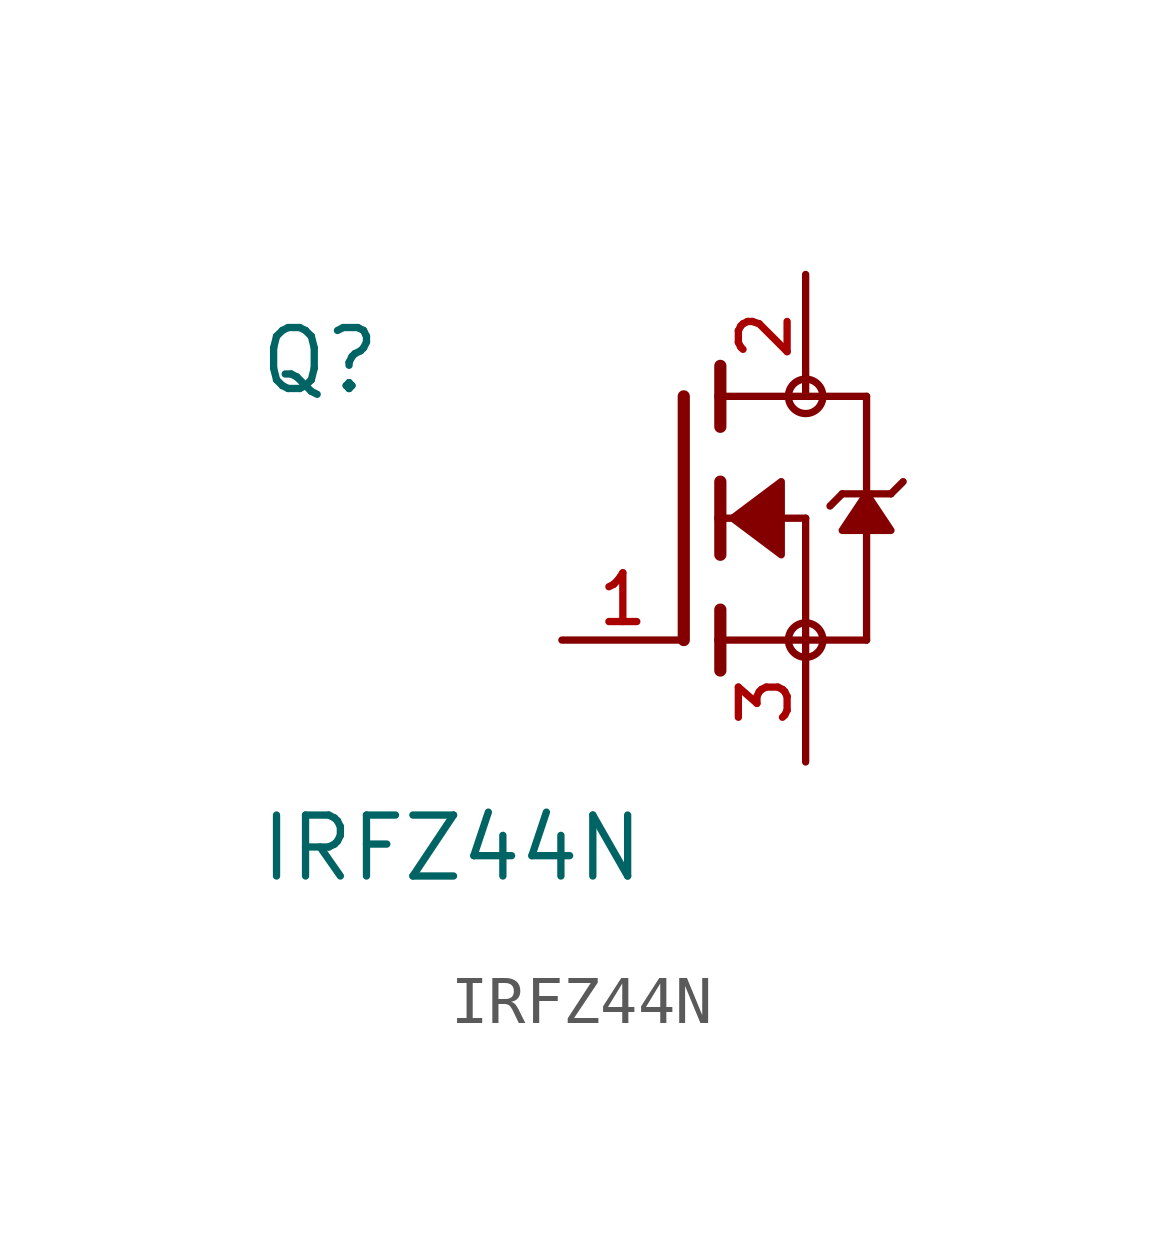
<source format=kicad_sym>
(kicad_symbol_lib
  (version 20231120)
  (generator "kicad_symbol_editor")
  (generator_version "8.0")
  (symbol "IRFZ44N"
    (pin_names
      (offset 1.016))
    (property "Reference" "Q"
      (at -8.89 2.54 0)
      (effects (font (size 1.27 1.27)) (justify left bottom)))
    (property "Value" "IRFZ44N"
      (at -8.89 -7.62 0)
      (effects (font (size 1.27 1.27)) (justify left bottom)))
    (symbol "IRFZ44N_0_0"
      (polyline (pts (xy 0 2.54) (xy 0 -2.54)) (stroke (width 0.254) (type default)) (fill (type none)))
      (polyline (pts (xy 0.762 -2.54) (xy 0.762 -3.175)) (stroke (width 0.254) (type default)) (fill (type none)))
      (polyline (pts (xy 0.762 -1.905) (xy 0.762 -2.54)) (stroke (width 0.254) (type default)) (fill (type none)))
      (polyline (pts (xy 0.762 0) (xy 0.762 -0.762)) (stroke (width 0.254) (type default)) (fill (type none)))
      (polyline (pts (xy 0.762 0) (xy 2.54 0)) (stroke (width 0.152) (type default)) (fill (type none)))
      (polyline (pts (xy 0.762 0.762) (xy 0.762 0)) (stroke (width 0.254) (type default)) (fill (type none)))
      (polyline (pts (xy 0.762 2.54) (xy 0.762 1.905)) (stroke (width 0.254) (type default)) (fill (type none)))
      (polyline (pts (xy 0.762 2.54) (xy 3.81 2.54)) (stroke (width 0.152) (type default)) (fill (type none)))
      (polyline (pts (xy 0.762 3.175) (xy 0.762 2.54)) (stroke (width 0.254) (type default)) (fill (type none)))
      (polyline (pts (xy 2.54 -2.54) (xy 0.762 -2.54)) (stroke (width 0.152) (type default)) (fill (type none)))
      (polyline (pts (xy 2.54 -2.54) (xy 3.81 -2.54)) (stroke (width 0.152) (type default)) (fill (type none)))
      (polyline (pts (xy 2.54 0) (xy 2.54 -2.54)) (stroke (width 0.152) (type default)) (fill (type none)))
      (polyline (pts (xy 3.302 0.508) (xy 3.048 0.254)) (stroke (width 0.152) (type default)) (fill (type none)))
      (polyline (pts (xy 3.81 0.508) (xy 3.302 0.508)) (stroke (width 0.152) (type default)) (fill (type none)))
      (polyline (pts (xy 3.81 0.508) (xy 3.81 -2.54)) (stroke (width 0.152) (type default)) (fill (type none)))
      (polyline (pts (xy 3.81 2.54) (xy 3.81 0.508)) (stroke (width 0.152) (type default)) (fill (type none)))
      (polyline (pts (xy 4.318 0.508) (xy 3.81 0.508)) (stroke (width 0.152) (type default)) (fill (type none)))
      (polyline (pts (xy 4.572 0.762) (xy 4.318 0.508)) (stroke (width 0.152) (type default)) (fill (type none)))
      (polyline (pts (xy 1.016 0) (xy 2.032 0.762) (xy 2.032 -0.762) (xy 1.016 0)) (stroke (width 0.152) (type default)) (fill (type outline)))
      (polyline (pts (xy 3.81 0.508) (xy 3.302 -0.254) (xy 4.318 -0.254) (xy 3.81 0.508)) (stroke (width 0.152) (type default)) (fill (type outline)))
      (circle (center 2.54 -2.54) (radius 0.359) (stroke (width 0) (type default)) (fill (type none)))
      (circle (center 2.54 2.54) (radius 0.359) (stroke (width 0) (type default)) (fill (type none)))
      (pin passive line (at -2.54 -2.54 0) (length 2.54) (name "~" (effects (font (size 1.016 1.016)))) (number "1" (effects (font (size 1.016 1.016)))))
      (pin passive line (at 2.54 5.08 270) (length 2.54) (name "~" (effects (font (size 1.016 1.016)))) (number "2" (effects (font (size 1.016 1.016)))))
      (pin passive line (at 2.54 -5.08 90) (length 2.54) (name "~" (effects (font (size 1.016 1.016)))) (number "3" (effects (font (size 1.016 1.016))))))))
</source>
